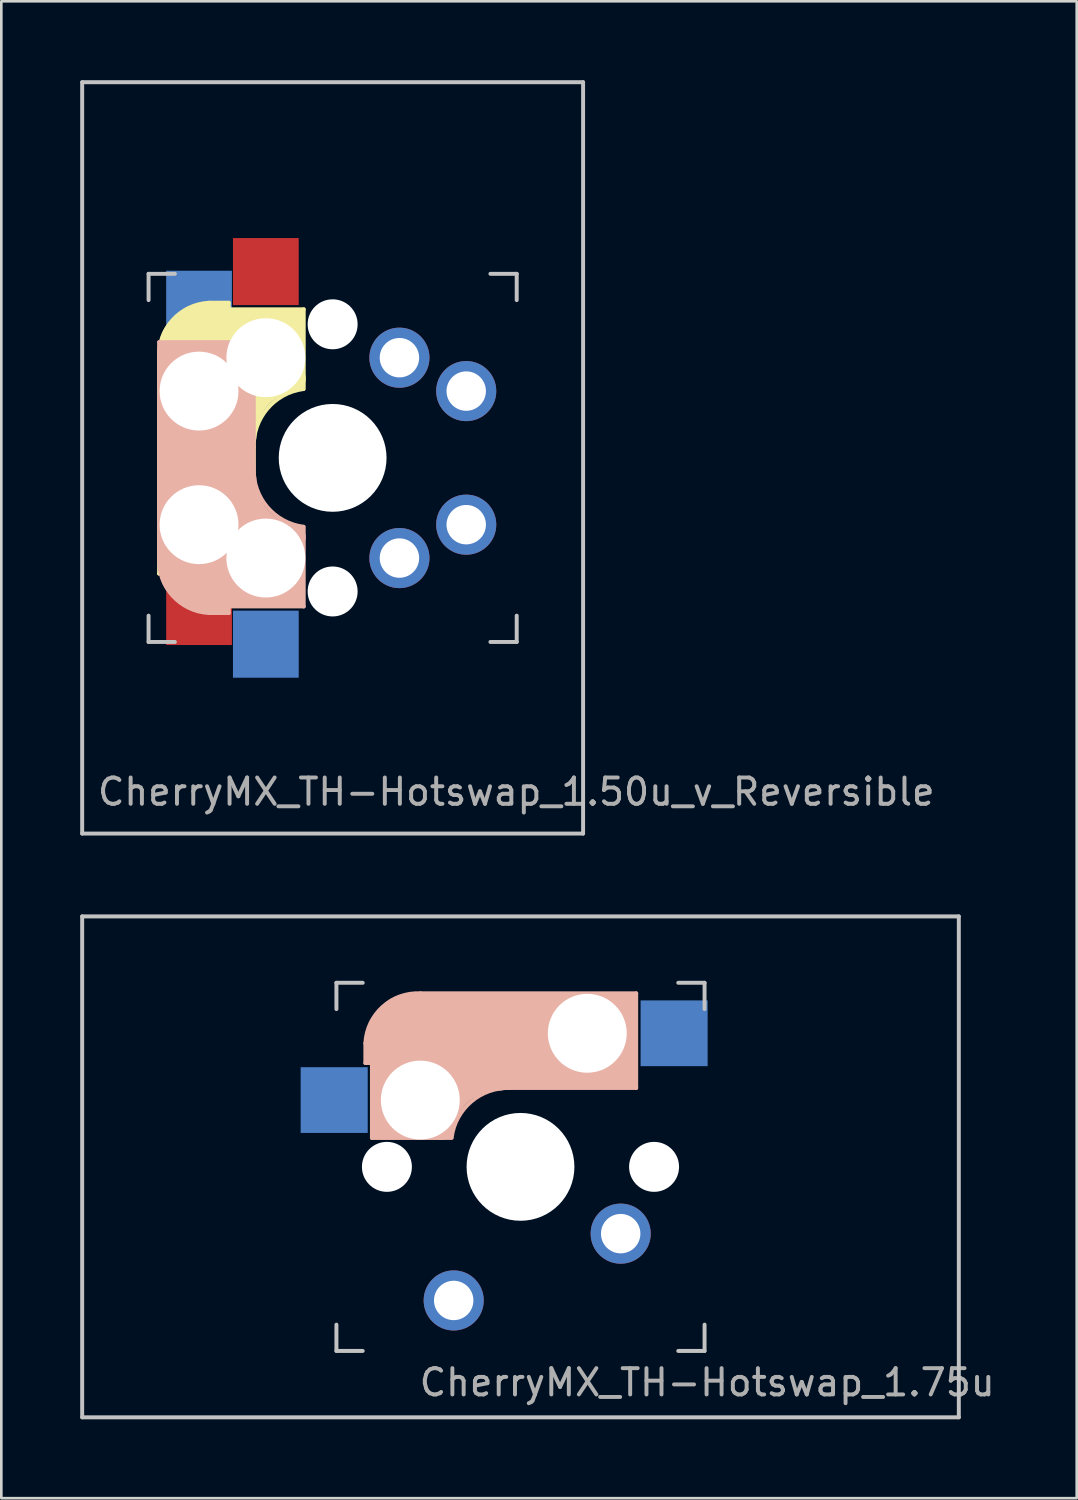
<source format=kicad_pcb>
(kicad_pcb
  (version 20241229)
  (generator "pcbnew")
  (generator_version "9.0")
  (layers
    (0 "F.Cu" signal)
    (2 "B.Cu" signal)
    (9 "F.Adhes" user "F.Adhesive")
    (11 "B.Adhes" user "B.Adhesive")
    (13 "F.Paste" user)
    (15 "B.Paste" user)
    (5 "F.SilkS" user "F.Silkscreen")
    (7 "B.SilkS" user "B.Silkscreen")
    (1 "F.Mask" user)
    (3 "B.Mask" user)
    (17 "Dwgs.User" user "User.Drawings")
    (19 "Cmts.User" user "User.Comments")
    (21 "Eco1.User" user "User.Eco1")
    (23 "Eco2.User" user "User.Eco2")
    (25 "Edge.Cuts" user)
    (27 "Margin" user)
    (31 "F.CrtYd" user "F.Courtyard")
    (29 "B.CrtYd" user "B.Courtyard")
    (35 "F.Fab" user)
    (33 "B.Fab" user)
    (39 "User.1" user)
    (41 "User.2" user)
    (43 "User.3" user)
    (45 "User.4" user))
  (footprint "CherryMX_TH-Hotswap_1.50u_v_Reversible"
    (layer "F.Cu")
    (at 9.6 14.363)
    (property "Reference" "CherryMX_TH-Hotswap_1.50u_v_Reversible" (at 6.985 12.7 0) (layer "F.Fab") (effects (font (size 1 1) (thickness 0.15))))
    (attr through_hole)
    (fp_line (start -6.6 4.4) (end -6.6 -3.8) (stroke (width 0.15) (type solid)) (layer "F.SilkS"))
    (fp_line (start -6.4 4.25) (end -6.4 3) (stroke (width 0.4) (type solid)) (layer "F.SilkS"))
    (fp_line (start -6 3.9) (end -3.5 3.9) (stroke (width 1) (type solid)) (layer "F.SilkS"))
    (fp_line (start -5.55 -5.65) (end -1.1 -5.65) (stroke (width 0.15) (type solid)) (layer "F.SilkS"))
    (fp_line (start -5.1 -4.17) (end -2.86 -4.17) (stroke (width 3) (type solid)) (layer "F.SilkS"))
    (fp_line (start -4.8 2.6) (end -4.8 -4.1) (stroke (width 3.5) (type solid)) (layer "F.SilkS"))
    (fp_line (start -4.7 -5.9) (end -3.95 -5.9) (stroke (width 0.15) (type solid)) (layer "F.SilkS"))
    (fp_line (start -4.05 -5.8) (end -4.7 -5.8) (stroke (width 0.3) (type solid)) (layer "F.SilkS"))
    (fp_line (start -4 4.38) (end -6.25 4.38) (stroke (width 0.15) (type solid)) (layer "F.SilkS"))
    (fp_line (start -3.95 -5.9) (end -3.95 -5.7) (stroke (width 0.15) (type solid)) (layer "F.SilkS"))
    (fp_line (start -3.25 4.2) (end -3.3 2.9) (stroke (width 0.5) (type solid)) (layer "F.SilkS"))
    (fp_line (start -3 -0.4) (end -3 4.4) (stroke (width 0.15) (type solid)) (layer "F.SilkS"))
    (fp_line (start -3 4.4) (end -6.6 4.4) (stroke (width 0.15) (type solid)) (layer "F.SilkS"))
    (fp_line (start -1.6 -5.3) (end -3.4 -5.3) (stroke (width 0.8) (type solid)) (layer "F.SilkS"))
    (fp_line (start -1.3 -5.45) (end -1.3 -3) (stroke (width 0.5) (type solid)) (layer "F.SilkS"))
    (fp_line (start -1.1 -5.65) (end -1.1 -2.62) (stroke (width 0.15) (type solid)) (layer "F.SilkS"))
    (fp_arc (start -6.6 -3.800001) (mid -6.084924 -5.243504) (end -4.699999 -5.9) (stroke (width 0.15) (type solid)) (layer "F.SilkS"))
    (fp_arc (start -3.4 -0.8) (mid -2.886118 -2.268709) (end -1.521471 -3.016318) (stroke (width 1) (type solid)) (layer "F.SilkS"))
    (fp_arc (start -3 -0.4) (mid -2.486118 -1.868709) (end -1.121471 -2.616318) (stroke (width 0.15) (type solid)) (layer "F.SilkS"))
    (fp_line (start -6.6 -4.4) (end -6.6 3.8) (stroke (width 0.15) (type solid)) (layer "B.SilkS"))
    (fp_line (start -6.4 -4.25) (end -6.4 -3) (stroke (width 0.4) (type solid)) (layer "B.SilkS"))
    (fp_line (start -6 -3.9) (end -3.5 -3.9) (stroke (width 1) (type solid)) (layer "B.SilkS"))
    (fp_line (start -5.55 5.65) (end -1.1 5.65) (stroke (width 0.15) (type solid)) (layer "B.SilkS"))
    (fp_line (start -5.1 4.17) (end -2.86 4.17) (stroke (width 3) (type solid)) (layer "B.SilkS"))
    (fp_line (start -4.8 -2.6) (end -4.8 4.1) (stroke (width 3.5) (type solid)) (layer "B.SilkS"))
    (fp_line (start -4.7 5.9) (end -3.95 5.9) (stroke (width 0.15) (type solid)) (layer "B.SilkS"))
    (fp_line (start -4.05 5.8) (end -4.7 5.8) (stroke (width 0.3) (type solid)) (layer "B.SilkS"))
    (fp_line (start -4 -4.38) (end -6.25 -4.38) (stroke (width 0.15) (type solid)) (layer "B.SilkS"))
    (fp_line (start -3.95 5.9) (end -3.95 5.7) (stroke (width 0.15) (type solid)) (layer "B.SilkS"))
    (fp_line (start -3.25 -4.2) (end -3.3 -2.9) (stroke (width 0.5) (type solid)) (layer "B.SilkS"))
    (fp_line (start -3 -4.4) (end -6.6 -4.4) (stroke (width 0.15) (type solid)) (layer "B.SilkS"))
    (fp_line (start -3 0.4) (end -3 -4.4) (stroke (width 0.15) (type solid)) (layer "B.SilkS"))
    (fp_line (start -1.6 5.3) (end -3.4 5.3) (stroke (width 0.8) (type solid)) (layer "B.SilkS"))
    (fp_line (start -1.3 5.45) (end -1.3 3) (stroke (width 0.5) (type solid)) (layer "B.SilkS"))
    (fp_line (start -1.1 5.65) (end -1.1 2.62) (stroke (width 0.15) (type solid)) (layer "B.SilkS"))
    (fp_arc (start -4.699999 5.9) (mid -6.084924 5.243504) (end -6.6 3.800001) (stroke (width 0.15) (type solid)) (layer "B.SilkS"))
    (fp_arc (start -1.521471 3.016318) (mid -2.886118 2.268709) (end -3.4 0.8) (stroke (width 1) (type solid)) (layer "B.SilkS"))
    (fp_arc (start -1.121471 2.616318) (mid -2.486118 1.868709) (end -3 0.4) (stroke (width 0.15) (type solid)) (layer "B.SilkS"))
    (fp_line (start -9.525 -14.287) (end 9.525 -14.287) (stroke (width 0.15) (type solid)) (layer "Dwgs.User"))
    (fp_line (start -9.525 14.287) (end -9.525 -14.287) (stroke (width 0.15) (type solid)) (layer "Dwgs.User"))
    (fp_line (start -7 -7) (end -7 -6) (stroke (width 0.15) (type solid)) (layer "Dwgs.User"))
    (fp_line (start -7 -7) (end -6 -7) (stroke (width 0.15) (type solid)) (layer "Dwgs.User"))
    (fp_line (start -7 7) (end -7 6) (stroke (width 0.15) (type solid)) (layer "Dwgs.User"))
    (fp_line (start -6 7) (end -7 7) (stroke (width 0.15) (type solid)) (layer "Dwgs.User"))
    (fp_line (start 6 7) (end 7 7) (stroke (width 0.15) (type solid)) (layer "Dwgs.User"))
    (fp_line (start 7 -7) (end 6 -7) (stroke (width 0.15) (type solid)) (layer "Dwgs.User"))
    (fp_line (start 7 -6) (end 7 -7) (stroke (width 0.15) (type solid)) (layer "Dwgs.User"))
    (fp_line (start 7 7) (end 7 6) (stroke (width 0.15) (type solid)) (layer "Dwgs.User"))
    (fp_line (start 9.525 -14.287) (end 9.525 14.287) (stroke (width 0.15) (type solid)) (layer "Dwgs.User"))
    (fp_line (start 9.525 14.287) (end -9.525 14.287) (stroke (width 0.15) (type solid)) (layer "Dwgs.User"))
    (pad "" np_thru_hole circle (at -5.08 -2.54 90) (size 3 3) (drill 3) (layers "*.Cu" "*.Mask"))
    (pad "" np_thru_hole circle (at -5.08 2.54 270) (size 3 3) (drill 3) (layers "*.Cu" "*.Mask"))
    (pad "" np_thru_hole circle (at -2.54 -3.81 270) (size 3 3) (drill 3) (layers "*.Cu" "*.Mask"))
    (pad "" np_thru_hole circle (at -2.54 3.81 90) (size 3 3) (drill 3) (layers "*.Cu" "*.Mask"))
    (pad "" np_thru_hole circle (at 0 -5.08 90) (size 1.9 1.9) (drill 1.9) (layers "*.Cu" "*.Mask"))
    (pad "" np_thru_hole circle (at 0 0 180) (size 4.1 4.1) (drill 4.1) (layers "*.Cu" "*.Mask"))
    (pad "" np_thru_hole circle (at 0 5.08 90) (size 1.9 1.9) (drill 1.9) (layers "*.Cu" "*.Mask"))
    (pad "1" smd rect (at -5.08 5.842 90) (size 2.55 2.5) (layers "F.Cu" "F.Mask" "F.Paste"))
    (pad "1" smd rect (at -2.54 7.085 270) (size 2.55 2.5) (layers "B.Cu" "B.Mask" "B.Paste"))
    (pad "1" thru_hole circle (at 2.54 3.81 270) (size 2.286 2.286) (drill 1.499) (layers "*.Cu" "*.Mask"))
    (pad "1" thru_hole circle (at 5.08 2.54 270) (size 2.286 2.286) (drill 1.499) (layers "*.Cu" "*.Mask"))
    (pad "2" smd rect (at -5.08 -5.842 270) (size 2.55 2.5) (layers "B.Cu" "B.Mask" "B.Paste"))
    (pad "2" smd rect (at -2.54 -7.085 90) (size 2.55 2.5) (layers "F.Cu" "F.Mask" "F.Paste"))
    (pad "2" thru_hole circle (at 2.54 -3.81 270) (size 2.286 2.286) (drill 1.499) (layers "*.Cu" "*.Mask"))
    (pad "2" thru_hole circle (at 5.08 -2.54 270) (size 2.286 2.286) (drill 1.499) (layers "*.Cu" "*.Mask")))
  (footprint "CherryMX_TH-Hotswap_1.75u"
    (layer "F.Cu")
    (at 16.744 41.325)
    (property "Reference" "CherryMX_TH-Hotswap_1.75u" (at 7.1 8.2 0) (layer "F.Fab") (effects (font (size 1 1) (thickness 0.15))))
    (attr through_hole)
    (fp_line (start -5.9 -4.7) (end -5.9 -3.95) (stroke (width 0.15) (type solid)) (layer "B.SilkS"))
    (fp_line (start -5.9 -3.95) (end -5.7 -3.95) (stroke (width 0.15) (type solid)) (layer "B.SilkS"))
    (fp_line (start -5.8 -4.05) (end -5.8 -4.7) (stroke (width 0.3) (type solid)) (layer "B.SilkS"))
    (fp_line (start -5.65 -5.55) (end -5.65 -1.1) (stroke (width 0.15) (type solid)) (layer "B.SilkS"))
    (fp_line (start -5.65 -1.1) (end -2.62 -1.1) (stroke (width 0.15) (type solid)) (layer "B.SilkS"))
    (fp_line (start -5.45 -1.3) (end -3 -1.3) (stroke (width 0.5) (type solid)) (layer "B.SilkS"))
    (fp_line (start -5.3 -1.6) (end -5.3 -3.4) (stroke (width 0.8) (type solid)) (layer "B.SilkS"))
    (fp_line (start -4.17 -5.1) (end -4.17 -2.86) (stroke (width 3) (type solid)) (layer "B.SilkS"))
    (fp_line (start -0.4 -3) (end 4.4 -3) (stroke (width 0.15) (type solid)) (layer "B.SilkS"))
    (fp_line (start 2.6 -4.8) (end -4.1 -4.8) (stroke (width 3.5) (type solid)) (layer "B.SilkS"))
    (fp_line (start 3.9 -6) (end 3.9 -3.5) (stroke (width 1) (type solid)) (layer "B.SilkS"))
    (fp_line (start 4.2 -3.25) (end 2.9 -3.3) (stroke (width 0.5) (type solid)) (layer "B.SilkS"))
    (fp_line (start 4.25 -6.4) (end 3 -6.4) (stroke (width 0.4) (type solid)) (layer "B.SilkS"))
    (fp_line (start 4.38 -4) (end 4.38 -6.25) (stroke (width 0.15) (type solid)) (layer "B.SilkS"))
    (fp_line (start 4.4 -6.6) (end -3.8 -6.6) (stroke (width 0.15) (type solid)) (layer "B.SilkS"))
    (fp_line (start 4.4 -3) (end 4.4 -6.6) (stroke (width 0.15) (type solid)) (layer "B.SilkS"))
    (fp_arc (start -5.9 -4.699999) (mid -5.243504 -6.084924) (end -3.800001 -6.6) (stroke (width 0.15) (type solid)) (layer "B.SilkS"))
    (fp_arc (start -3.016318 -1.521471) (mid -2.268709 -2.886118) (end -0.8 -3.4) (stroke (width 1) (type solid)) (layer "B.SilkS"))
    (fp_arc (start -2.616318 -1.121471) (mid -1.868709 -2.486118) (end -0.4 -3) (stroke (width 0.15) (type solid)) (layer "B.SilkS"))
    (fp_line (start -16.669 -9.525) (end 16.669 -9.525) (stroke (width 0.15) (type solid)) (layer "Dwgs.User"))
    (fp_line (start -16.669 9.525) (end -16.669 -9.525) (stroke (width 0.15) (type solid)) (layer "Dwgs.User"))
    (fp_line (start -7 -7) (end -6 -7) (stroke (width 0.15) (type solid)) (layer "Dwgs.User"))
    (fp_line (start -7 -6) (end -7 -7) (stroke (width 0.15) (type solid)) (layer "Dwgs.User"))
    (fp_line (start -7 6) (end -7 7) (stroke (width 0.15) (type solid)) (layer "Dwgs.User"))
    (fp_line (start -7 7) (end -6 7) (stroke (width 0.15) (type solid)) (layer "Dwgs.User"))
    (fp_line (start 6 7) (end 7 7) (stroke (width 0.15) (type solid)) (layer "Dwgs.User"))
    (fp_line (start 7 -7) (end 6 -7) (stroke (width 0.15) (type solid)) (layer "Dwgs.User"))
    (fp_line (start 7 -7) (end 7 -6) (stroke (width 0.15) (type solid)) (layer "Dwgs.User"))
    (fp_line (start 7 7) (end 7 6) (stroke (width 0.15) (type solid)) (layer "Dwgs.User"))
    (fp_line (start 16.669 -9.525) (end 16.669 9.525) (stroke (width 0.15) (type solid)) (layer "Dwgs.User"))
    (fp_line (start 16.669 9.525) (end -16.669 9.525) (stroke (width 0.15) (type solid)) (layer "Dwgs.User"))
    (pad "" np_thru_hole circle (at -5.08 0) (size 1.9 1.9) (drill 1.9) (layers "*.Cu" "*.Mask"))
    (pad "" np_thru_hole circle (at -3.81 -2.54) (size 3 3) (drill 3) (layers "*.Cu" "*.Mask"))
    (pad "" np_thru_hole circle (at 0 0 90) (size 4.1 4.1) (drill 4.1) (layers "*.Cu" "*.Mask"))
    (pad "" np_thru_hole circle (at 2.54 -5.08) (size 3 3) (drill 3) (layers "*.Cu" "*.Mask"))
    (pad "" np_thru_hole circle (at 5.08 0) (size 1.9 1.9) (drill 1.9) (layers "*.Cu" "*.Mask"))
    (pad "1" smd rect (at -7.085 -2.54 180) (size 2.55 2.5) (layers "B.Cu" "B.Mask" "B.Paste"))
    (pad "1" thru_hole circle (at -2.54 5.08 180) (size 2.286 2.286) (drill 1.499) (layers "*.Cu" "*.Mask"))
    (pad "2" thru_hole circle (at 3.81 2.54 180) (size 2.286 2.286) (drill 1.499) (layers "*.Cu" "*.Mask"))
    (pad "2" smd rect (at 5.842 -5.08 180) (size 2.55 2.5) (layers "B.Cu" "B.Mask" "B.Paste")))
  (gr_rect
    (start -3 -3)
    (end 37.897 53.925)
    (stroke (width 0.1) (type default))
    (fill no)
    (layer "Edge.Cuts")))
</source>
